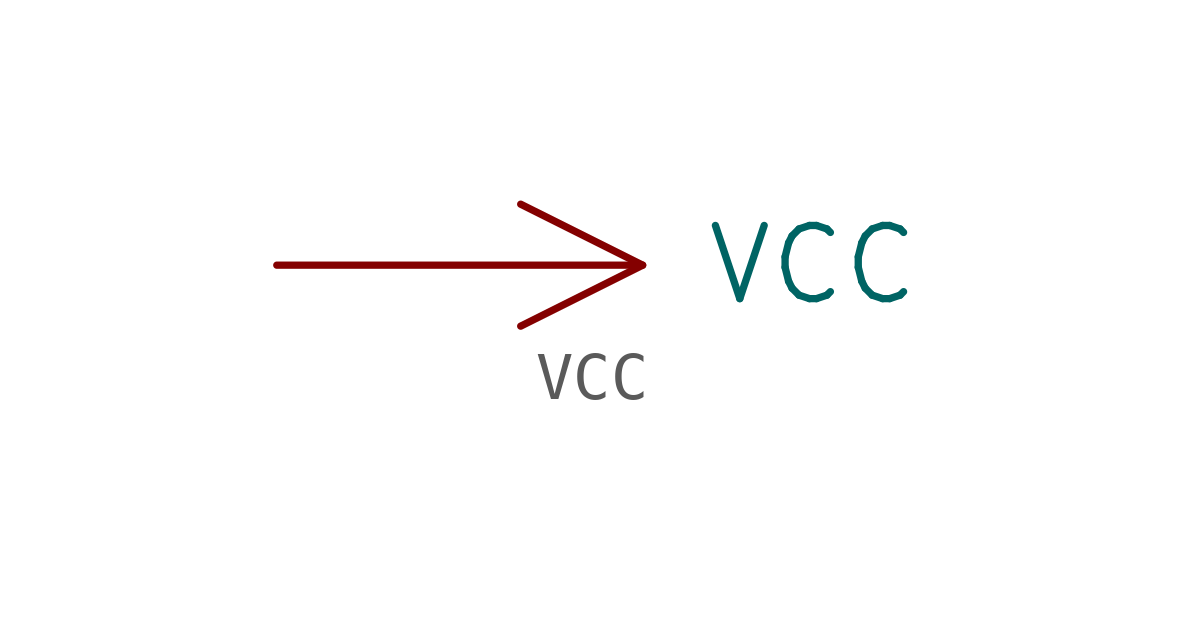
<source format=kicad_sym>
(kicad_symbol_lib
  (version 20220914)
  (generator kicad_symbol_editor)
  (symbol "VCC"
    (power)
    (pin_numbers hide)
    (pin_names
      (offset 0))
    (property "Reference" ""
      (at 2.54 -1.27 0)
      (effects (font (size 1.524 1.524)) hide))
    (property "Value" "VCC"
      (at 8.89 0 0)
      (do_not_autoplace)
      (effects (font (size 1.524 1.524)) (justify left)))
    (property "Footprint" ""
      (at 0 0 0)
      (effects (font (size 1.524 1.524))))
    (property "Datasheet" ""
      (at 0 0 0)
      (effects (font (size 1.524 1.524))))
    (symbol "VCC_0_1"
      (polyline (pts (xy 0 0) (xy 7.62 0)) (stroke (width 0) (type solid)) (fill (type none)))
      (polyline (pts (xy 5.08 1.27) (xy 7.62 0) (xy 5.08 -1.27)) (stroke (width 0) (type solid)) (fill (type none))))
    (symbol "VCC_1_1"
      (pin power_in line (at 0 0 0) (length 5.08) hide (name "+VCC" (effects (font (size 1.27 1.27)))) (number "~" (effects (font (size 1.27 1.27))))))))
</source>
